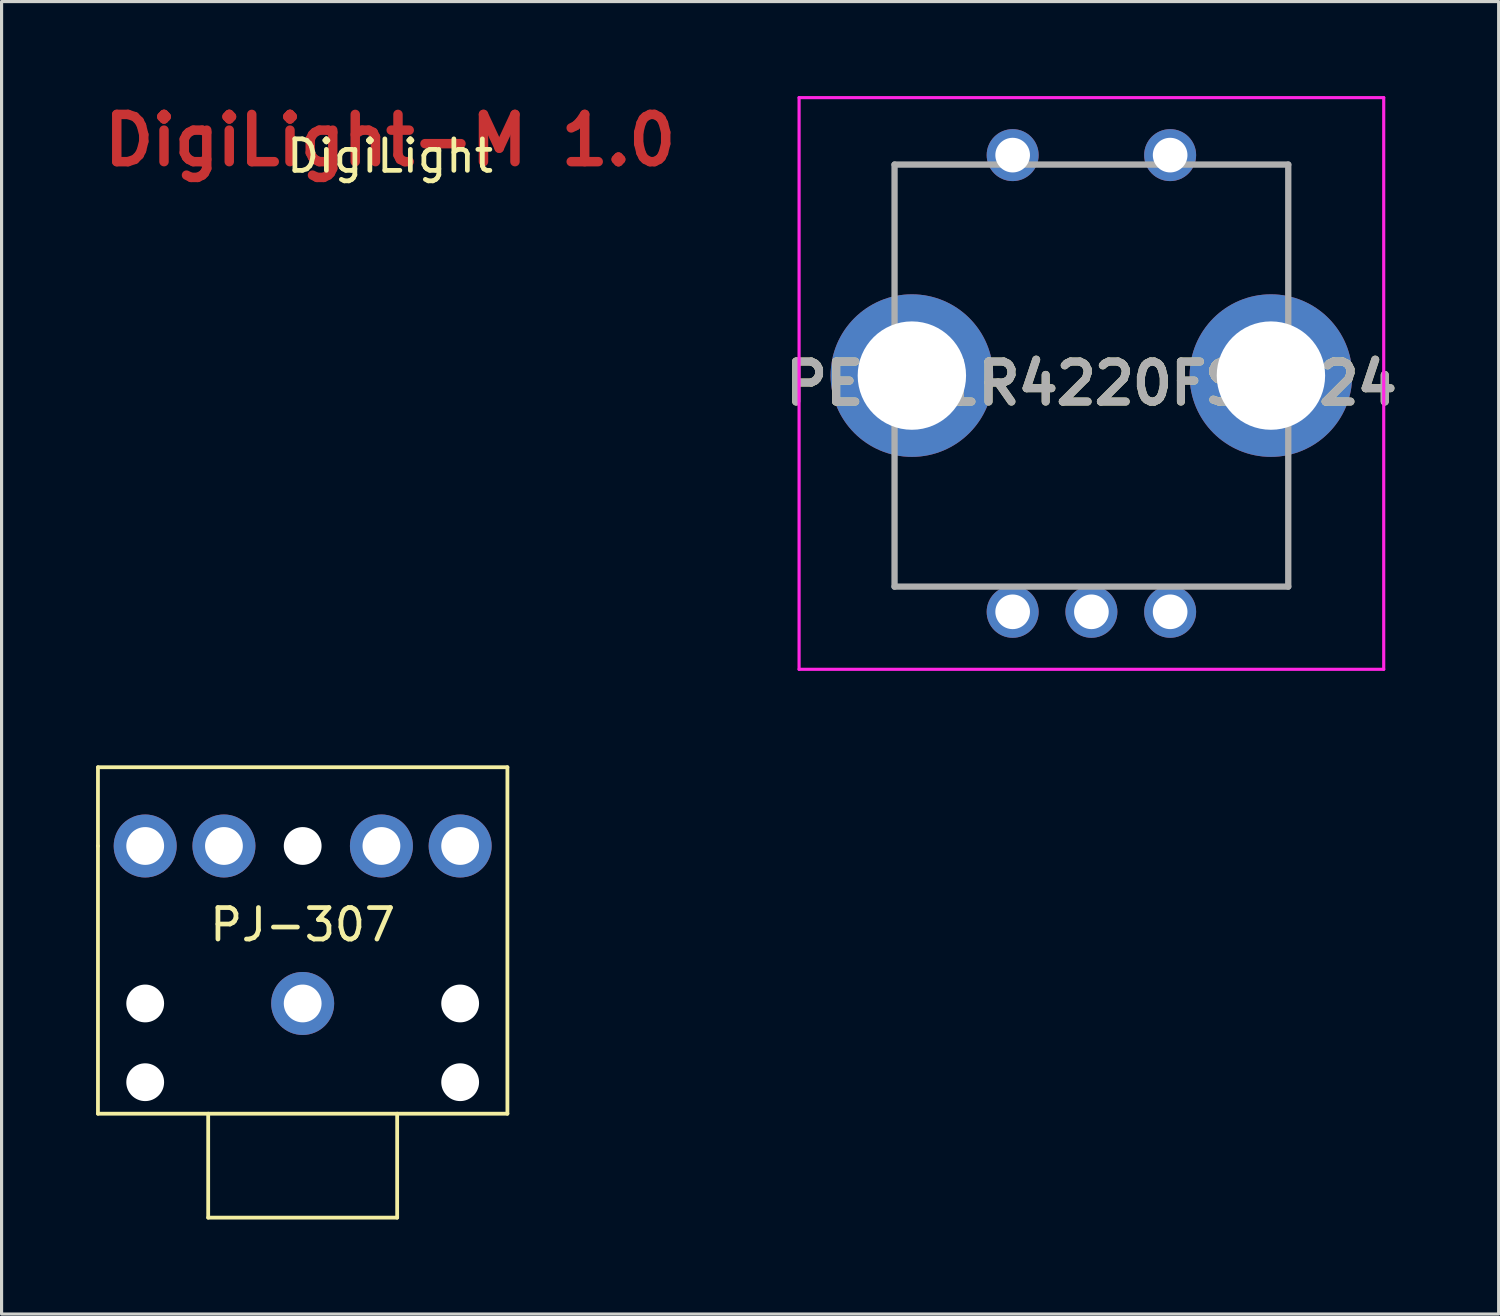
<source format=kicad_pcb>
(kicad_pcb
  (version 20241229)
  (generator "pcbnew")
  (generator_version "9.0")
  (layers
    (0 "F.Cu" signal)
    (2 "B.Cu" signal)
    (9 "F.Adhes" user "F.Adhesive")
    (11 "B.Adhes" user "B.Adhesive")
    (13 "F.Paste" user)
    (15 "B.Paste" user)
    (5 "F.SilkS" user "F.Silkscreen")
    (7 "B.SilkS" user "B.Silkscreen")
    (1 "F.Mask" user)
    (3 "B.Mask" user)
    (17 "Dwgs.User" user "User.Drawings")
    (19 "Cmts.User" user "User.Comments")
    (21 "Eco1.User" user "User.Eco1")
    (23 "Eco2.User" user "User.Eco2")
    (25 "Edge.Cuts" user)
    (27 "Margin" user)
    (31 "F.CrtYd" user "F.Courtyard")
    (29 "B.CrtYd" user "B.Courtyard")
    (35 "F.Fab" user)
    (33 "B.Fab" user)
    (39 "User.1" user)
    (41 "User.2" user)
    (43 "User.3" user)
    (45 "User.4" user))
  (footprint "PJ-307"
    (layer "F.Cu")
    (at 6.56 28.81)
    (property "Reference" "PJ-307" (at 0 -2.5 0) (layer "F.SilkS") (effects (font (size 1 1) (thickness 0.15))))
    (attr through_hole)
    (fp_line (start -6.5 -7.5) (end -6.5 -5) (stroke (width 0.12) (type solid)) (layer "F.SilkS"))
    (fp_line (start -6.5 -5) (end -6.5 3.5) (stroke (width 0.12) (type solid)) (layer "F.SilkS"))
    (fp_line (start -6.5 3.5) (end 6.5 3.5) (stroke (width 0.12) (type solid)) (layer "F.SilkS"))
    (fp_line (start -3 6.8) (end -3 3.5) (stroke (width 0.12) (type solid)) (layer "F.SilkS"))
    (fp_line (start 3 3.5) (end 3 6.8) (stroke (width 0.12) (type solid)) (layer "F.SilkS"))
    (fp_line (start 3 6.8) (end -3 6.8) (stroke (width 0.12) (type solid)) (layer "F.SilkS"))
    (fp_line (start 6.5 -7.5) (end -6.5 -7.5) (stroke (width 0.12) (type solid)) (layer "F.SilkS"))
    (fp_line (start 6.5 3.5) (end 6.5 -7.5) (stroke (width 0.12) (type solid)) (layer "F.SilkS"))
    (pad "" np_thru_hole circle (at -5 0) (size 1.2 1.2) (drill 1.2) (layers "*.Cu" "*.Mask"))
    (pad "" np_thru_hole circle (at -5 2.5) (size 1.2 1.2) (drill 1.2) (layers "*.Cu" "*.Mask"))
    (pad "" np_thru_hole circle (at 0 -5) (size 1.2 1.2) (drill 1.2) (layers "*.Cu" "*.Mask"))
    (pad "" np_thru_hole circle (at 5 0) (size 1.2 1.2) (drill 1.2) (layers "*.Cu" "*.Mask"))
    (pad "" np_thru_hole circle (at 5 2.5) (size 1.2 1.2) (drill 1.2) (layers "*.Cu" "*.Mask"))
    (pad "1" thru_hole circle (at 0 0) (size 2 2) (drill 1.2) (layers "*.Cu" "*.Mask"))
    (pad "2" thru_hole circle (at -5 -5) (size 2 2) (drill 1.2) (layers "*.Cu" "*.Mask"))
    (pad "3" thru_hole circle (at -2.5 -5) (size 2 2) (drill 1.2) (layers "*.Cu" "*.Mask"))
    (pad "4" thru_hole circle (at 2.5 -5) (size 2 2) (drill 1.2) (layers "*.Cu" "*.Mask"))
    (pad "5" thru_hole circle (at 5 -5) (size 2 2) (drill 1.2) (layers "*.Cu" "*.Mask")))
  (footprint "DigiLight"
    (layer "F.Cu")
    (at 9.336 1.404)
    (property "Reference" "DigiLight" (at 0 0.5 0) (layer "F.SilkS") (effects (font (size 1 1) (thickness 0.15))))
    (attr through_hole)
    (fp_text user "DigiLight-M 1.0" (at 0 0 0) (layer "F.Cu") (effects (font (size 1.5 1.5) (thickness 0.3)))))
  (footprint "PEC11R4220FS0024"
    (layer "F.Cu")
    (at 29.102 1.875)
    (property "Reference" "PEC11R4220FS0024" (at 2.5 7.25 0) (layer "F.SilkS") (effects (font (size 1.27 1.27) (thickness 0.254))))
    (attr through_hole)
    (fp_line (start -3.75 0.3) (end -1.5 0.3) (stroke (width 0.1) (type solid)) (layer "F.SilkS"))
    (fp_line (start -3.75 4) (end -3.75 0.3) (stroke (width 0.1) (type solid)) (layer "F.SilkS"))
    (fp_line (start -3.75 10) (end -3.75 13.7) (stroke (width 0.1) (type solid)) (layer "F.SilkS"))
    (fp_line (start -3.75 13.7) (end -1.5 13.7) (stroke (width 0.1) (type solid)) (layer "F.SilkS"))
    (fp_line (start 6.5 0.3) (end 8.75 0.3) (stroke (width 0.1) (type solid)) (layer "F.SilkS"))
    (fp_line (start 6.5 13.7) (end 8.75 13.7) (stroke (width 0.1) (type solid)) (layer "F.SilkS"))
    (fp_line (start 8.75 0.3) (end 8.75 4) (stroke (width 0.1) (type solid)) (layer "F.SilkS"))
    (fp_line (start 8.75 13.7) (end 8.75 10) (stroke (width 0.1) (type solid)) (layer "F.SilkS"))
    (fp_line (start -6.781 -1.825) (end 11.781 -1.825) (stroke (width 0.1) (type solid)) (layer "F.CrtYd"))
    (fp_line (start -6.781 16.325) (end -6.781 -1.825) (stroke (width 0.1) (type solid)) (layer "F.CrtYd"))
    (fp_line (start 11.781 -1.825) (end 11.781 16.325) (stroke (width 0.1) (type solid)) (layer "F.CrtYd"))
    (fp_line (start 11.781 16.325) (end -6.781 16.325) (stroke (width 0.1) (type solid)) (layer "F.CrtYd"))
    (fp_line (start -3.75 0.3) (end 8.75 0.3) (stroke (width 0.2) (type solid)) (layer "F.Fab"))
    (fp_line (start -3.75 13.7) (end -3.75 0.3) (stroke (width 0.2) (type solid)) (layer "F.Fab"))
    (fp_line (start 8.75 0.3) (end 8.75 13.7) (stroke (width 0.2) (type solid)) (layer "F.Fab"))
    (fp_line (start 8.75 13.7) (end -3.75 13.7) (stroke (width 0.2) (type solid)) (layer "F.Fab"))
    (fp_text user "${REFERENCE}" (at 2.5 7.25 0) (layer "F.Fab") (effects (font (size 1.27 1.27) (thickness 0.254))))
    (pad "" thru_hole circle (at -3.2 7) (size 5.161 5.161) (drill 3.441) (layers "*.Cu" "*.Mask"))
    (pad "" thru_hole circle (at 8.2 7) (size 5.161 5.161) (drill 3.441) (layers "*.Cu" "*.Mask"))
    (pad "A" thru_hole circle (at 0 14.5) (size 1.65 1.65) (drill 1.1) (layers "*.Cu" "*.Mask"))
    (pad "B" thru_hole circle (at 5 14.5) (size 1.65 1.65) (drill 1.1) (layers "*.Cu" "*.Mask"))
    (pad "C" thru_hole circle (at 2.5 14.5) (size 1.65 1.65) (drill 1.1) (layers "*.Cu" "*.Mask"))
    (pad "S1" thru_hole circle (at 0 0) (size 1.65 1.65) (drill 1.1) (layers "*.Cu" "*.Mask"))
    (pad "S2" thru_hole circle (at 5 0) (size 1.65 1.65) (drill 1.1) (layers "*.Cu" "*.Mask")))
  (gr_rect
    (start -3 -3)
    (end 44.532 38.67)
    (stroke (width 0.1) (type default))
    (fill no)
    (layer "Edge.Cuts")))
</source>
